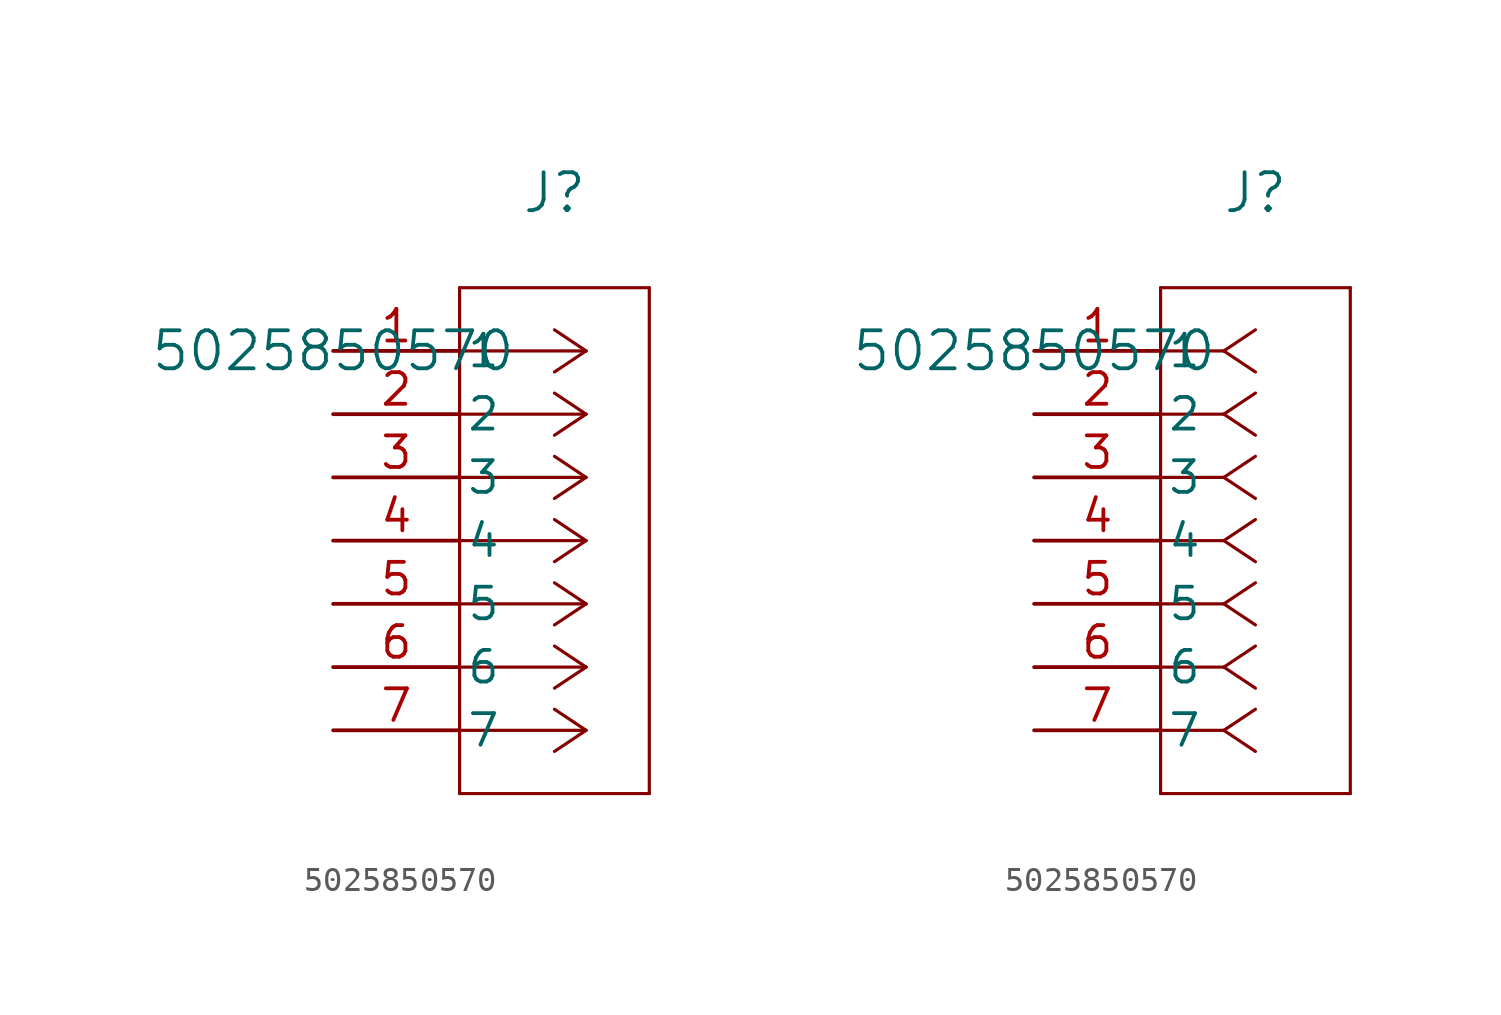
<source format=kicad_sym>
(kicad_symbol_lib
  (version 20211014)
  (generator kicad_symbol_editor)
  (symbol "5025850570"
    (pin_names
      (offset 0.254))
    (property "Reference" "J"
      (at 8.89 6.35 0)
      (effects (font (size 1.524 1.524))))
    (property "Value" "5025850570"
      (at 0 0 0)
      (effects (font (size 1.524 1.524))))
    (symbol "5025850570_1_1"
      (polyline (pts (xy 10.16 0) (xy 5.08 0)) (stroke (width 0.127) (type default) (color 0 0 0 0)) (fill (type none)))
      (polyline (pts (xy 10.16 -2.54) (xy 5.08 -2.54)) (stroke (width 0.127) (type default) (color 0 0 0 0)) (fill (type none)))
      (polyline (pts (xy 10.16 -5.08) (xy 5.08 -5.08)) (stroke (width 0.127) (type default) (color 0 0 0 0)) (fill (type none)))
      (polyline (pts (xy 10.16 -7.62) (xy 5.08 -7.62)) (stroke (width 0.127) (type default) (color 0 0 0 0)) (fill (type none)))
      (polyline (pts (xy 10.16 -10.16) (xy 5.08 -10.16)) (stroke (width 0.127) (type default) (color 0 0 0 0)) (fill (type none)))
      (polyline (pts (xy 10.16 -12.7) (xy 5.08 -12.7)) (stroke (width 0.127) (type default) (color 0 0 0 0)) (fill (type none)))
      (polyline (pts (xy 10.16 -15.24) (xy 5.08 -15.24)) (stroke (width 0.127) (type default) (color 0 0 0 0)) (fill (type none)))
      (polyline (pts (xy 10.16 0) (xy 8.89 0.847)) (stroke (width 0.127) (type default) (color 0 0 0 0)) (fill (type none)))
      (polyline (pts (xy 10.16 -2.54) (xy 8.89 -1.693)) (stroke (width 0.127) (type default) (color 0 0 0 0)) (fill (type none)))
      (polyline (pts (xy 10.16 -5.08) (xy 8.89 -4.233)) (stroke (width 0.127) (type default) (color 0 0 0 0)) (fill (type none)))
      (polyline (pts (xy 10.16 -7.62) (xy 8.89 -6.773)) (stroke (width 0.127) (type default) (color 0 0 0 0)) (fill (type none)))
      (polyline (pts (xy 10.16 -10.16) (xy 8.89 -9.313)) (stroke (width 0.127) (type default) (color 0 0 0 0)) (fill (type none)))
      (polyline (pts (xy 10.16 -12.7) (xy 8.89 -11.853)) (stroke (width 0.127) (type default) (color 0 0 0 0)) (fill (type none)))
      (polyline (pts (xy 10.16 -15.24) (xy 8.89 -14.393)) (stroke (width 0.127) (type default) (color 0 0 0 0)) (fill (type none)))
      (polyline (pts (xy 10.16 0) (xy 8.89 -0.847)) (stroke (width 0.127) (type default) (color 0 0 0 0)) (fill (type none)))
      (polyline (pts (xy 10.16 -2.54) (xy 8.89 -3.387)) (stroke (width 0.127) (type default) (color 0 0 0 0)) (fill (type none)))
      (polyline (pts (xy 10.16 -5.08) (xy 8.89 -5.927)) (stroke (width 0.127) (type default) (color 0 0 0 0)) (fill (type none)))
      (polyline (pts (xy 10.16 -7.62) (xy 8.89 -8.467)) (stroke (width 0.127) (type default) (color 0 0 0 0)) (fill (type none)))
      (polyline (pts (xy 10.16 -10.16) (xy 8.89 -11.007)) (stroke (width 0.127) (type default) (color 0 0 0 0)) (fill (type none)))
      (polyline (pts (xy 10.16 -12.7) (xy 8.89 -13.547)) (stroke (width 0.127) (type default) (color 0 0 0 0)) (fill (type none)))
      (polyline (pts (xy 10.16 -15.24) (xy 8.89 -16.087)) (stroke (width 0.127) (type default) (color 0 0 0 0)) (fill (type none)))
      (polyline (pts (xy 5.08 2.54) (xy 5.08 -17.78)) (stroke (width 0.127) (type default) (color 0 0 0 0)) (fill (type none)))
      (polyline (pts (xy 5.08 -17.78) (xy 12.7 -17.78)) (stroke (width 0.127) (type default) (color 0 0 0 0)) (fill (type none)))
      (polyline (pts (xy 12.7 -17.78) (xy 12.7 2.54)) (stroke (width 0.127) (type default) (color 0 0 0 0)) (fill (type none)))
      (polyline (pts (xy 12.7 2.54) (xy 5.08 2.54)) (stroke (width 0.127) (type default) (color 0 0 0 0)) (fill (type none)))
      (pin unspecified line (at 0 0 0) (length 5.08) (name "1" (effects (font (size 1.27 1.27)))) (number "1" (effects (font (size 1.27 1.27)))))
      (pin unspecified line (at 0 -2.54 0) (length 5.08) (name "2" (effects (font (size 1.27 1.27)))) (number "2" (effects (font (size 1.27 1.27)))))
      (pin unspecified line (at 0 -5.08 0) (length 5.08) (name "3" (effects (font (size 1.27 1.27)))) (number "3" (effects (font (size 1.27 1.27)))))
      (pin unspecified line (at 0 -7.62 0) (length 5.08) (name "4" (effects (font (size 1.27 1.27)))) (number "4" (effects (font (size 1.27 1.27)))))
      (pin unspecified line (at 0 -10.16 0) (length 5.08) (name "5" (effects (font (size 1.27 1.27)))) (number "5" (effects (font (size 1.27 1.27)))))
      (pin unspecified line (at 0 -12.7 0) (length 5.08) (name "6" (effects (font (size 1.27 1.27)))) (number "6" (effects (font (size 1.27 1.27)))))
      (pin unspecified line (at 0 -15.24 0) (length 5.08) (name "7" (effects (font (size 1.27 1.27)))) (number "7" (effects (font (size 1.27 1.27))))))
    (symbol "5025850570_1_2"
      (polyline (pts (xy 7.62 0) (xy 5.08 0)) (stroke (width 0.127) (type default) (color 0 0 0 0)) (fill (type none)))
      (polyline (pts (xy 7.62 -2.54) (xy 5.08 -2.54)) (stroke (width 0.127) (type default) (color 0 0 0 0)) (fill (type none)))
      (polyline (pts (xy 7.62 -5.08) (xy 5.08 -5.08)) (stroke (width 0.127) (type default) (color 0 0 0 0)) (fill (type none)))
      (polyline (pts (xy 7.62 -7.62) (xy 5.08 -7.62)) (stroke (width 0.127) (type default) (color 0 0 0 0)) (fill (type none)))
      (polyline (pts (xy 7.62 -10.16) (xy 5.08 -10.16)) (stroke (width 0.127) (type default) (color 0 0 0 0)) (fill (type none)))
      (polyline (pts (xy 7.62 -12.7) (xy 5.08 -12.7)) (stroke (width 0.127) (type default) (color 0 0 0 0)) (fill (type none)))
      (polyline (pts (xy 7.62 -15.24) (xy 5.08 -15.24)) (stroke (width 0.127) (type default) (color 0 0 0 0)) (fill (type none)))
      (polyline (pts (xy 7.62 0) (xy 8.89 0.847)) (stroke (width 0.127) (type default) (color 0 0 0 0)) (fill (type none)))
      (polyline (pts (xy 7.62 -2.54) (xy 8.89 -1.693)) (stroke (width 0.127) (type default) (color 0 0 0 0)) (fill (type none)))
      (polyline (pts (xy 7.62 -5.08) (xy 8.89 -4.233)) (stroke (width 0.127) (type default) (color 0 0 0 0)) (fill (type none)))
      (polyline (pts (xy 7.62 -7.62) (xy 8.89 -6.773)) (stroke (width 0.127) (type default) (color 0 0 0 0)) (fill (type none)))
      (polyline (pts (xy 7.62 -10.16) (xy 8.89 -9.313)) (stroke (width 0.127) (type default) (color 0 0 0 0)) (fill (type none)))
      (polyline (pts (xy 7.62 -12.7) (xy 8.89 -11.853)) (stroke (width 0.127) (type default) (color 0 0 0 0)) (fill (type none)))
      (polyline (pts (xy 7.62 -15.24) (xy 8.89 -14.393)) (stroke (width 0.127) (type default) (color 0 0 0 0)) (fill (type none)))
      (polyline (pts (xy 7.62 0) (xy 8.89 -0.847)) (stroke (width 0.127) (type default) (color 0 0 0 0)) (fill (type none)))
      (polyline (pts (xy 7.62 -2.54) (xy 8.89 -3.387)) (stroke (width 0.127) (type default) (color 0 0 0 0)) (fill (type none)))
      (polyline (pts (xy 7.62 -5.08) (xy 8.89 -5.927)) (stroke (width 0.127) (type default) (color 0 0 0 0)) (fill (type none)))
      (polyline (pts (xy 7.62 -7.62) (xy 8.89 -8.467)) (stroke (width 0.127) (type default) (color 0 0 0 0)) (fill (type none)))
      (polyline (pts (xy 7.62 -10.16) (xy 8.89 -11.007)) (stroke (width 0.127) (type default) (color 0 0 0 0)) (fill (type none)))
      (polyline (pts (xy 7.62 -12.7) (xy 8.89 -13.547)) (stroke (width 0.127) (type default) (color 0 0 0 0)) (fill (type none)))
      (polyline (pts (xy 7.62 -15.24) (xy 8.89 -16.087)) (stroke (width 0.127) (type default) (color 0 0 0 0)) (fill (type none)))
      (polyline (pts (xy 5.08 2.54) (xy 5.08 -17.78)) (stroke (width 0.127) (type default) (color 0 0 0 0)) (fill (type none)))
      (polyline (pts (xy 5.08 -17.78) (xy 12.7 -17.78)) (stroke (width 0.127) (type default) (color 0 0 0 0)) (fill (type none)))
      (polyline (pts (xy 12.7 -17.78) (xy 12.7 2.54)) (stroke (width 0.127) (type default) (color 0 0 0 0)) (fill (type none)))
      (polyline (pts (xy 12.7 2.54) (xy 5.08 2.54)) (stroke (width 0.127) (type default) (color 0 0 0 0)) (fill (type none)))
      (pin unspecified line (at 0 0 0) (length 5.08) (name "1" (effects (font (size 1.27 1.27)))) (number "1" (effects (font (size 1.27 1.27)))))
      (pin unspecified line (at 0 -2.54 0) (length 5.08) (name "2" (effects (font (size 1.27 1.27)))) (number "2" (effects (font (size 1.27 1.27)))))
      (pin unspecified line (at 0 -5.08 0) (length 5.08) (name "3" (effects (font (size 1.27 1.27)))) (number "3" (effects (font (size 1.27 1.27)))))
      (pin unspecified line (at 0 -7.62 0) (length 5.08) (name "4" (effects (font (size 1.27 1.27)))) (number "4" (effects (font (size 1.27 1.27)))))
      (pin unspecified line (at 0 -10.16 0) (length 5.08) (name "5" (effects (font (size 1.27 1.27)))) (number "5" (effects (font (size 1.27 1.27)))))
      (pin unspecified line (at 0 -12.7 0) (length 5.08) (name "6" (effects (font (size 1.27 1.27)))) (number "6" (effects (font (size 1.27 1.27)))))
      (pin unspecified line (at 0 -15.24 0) (length 5.08) (name "7" (effects (font (size 1.27 1.27)))) (number "7" (effects (font (size 1.27 1.27))))))))
</source>
